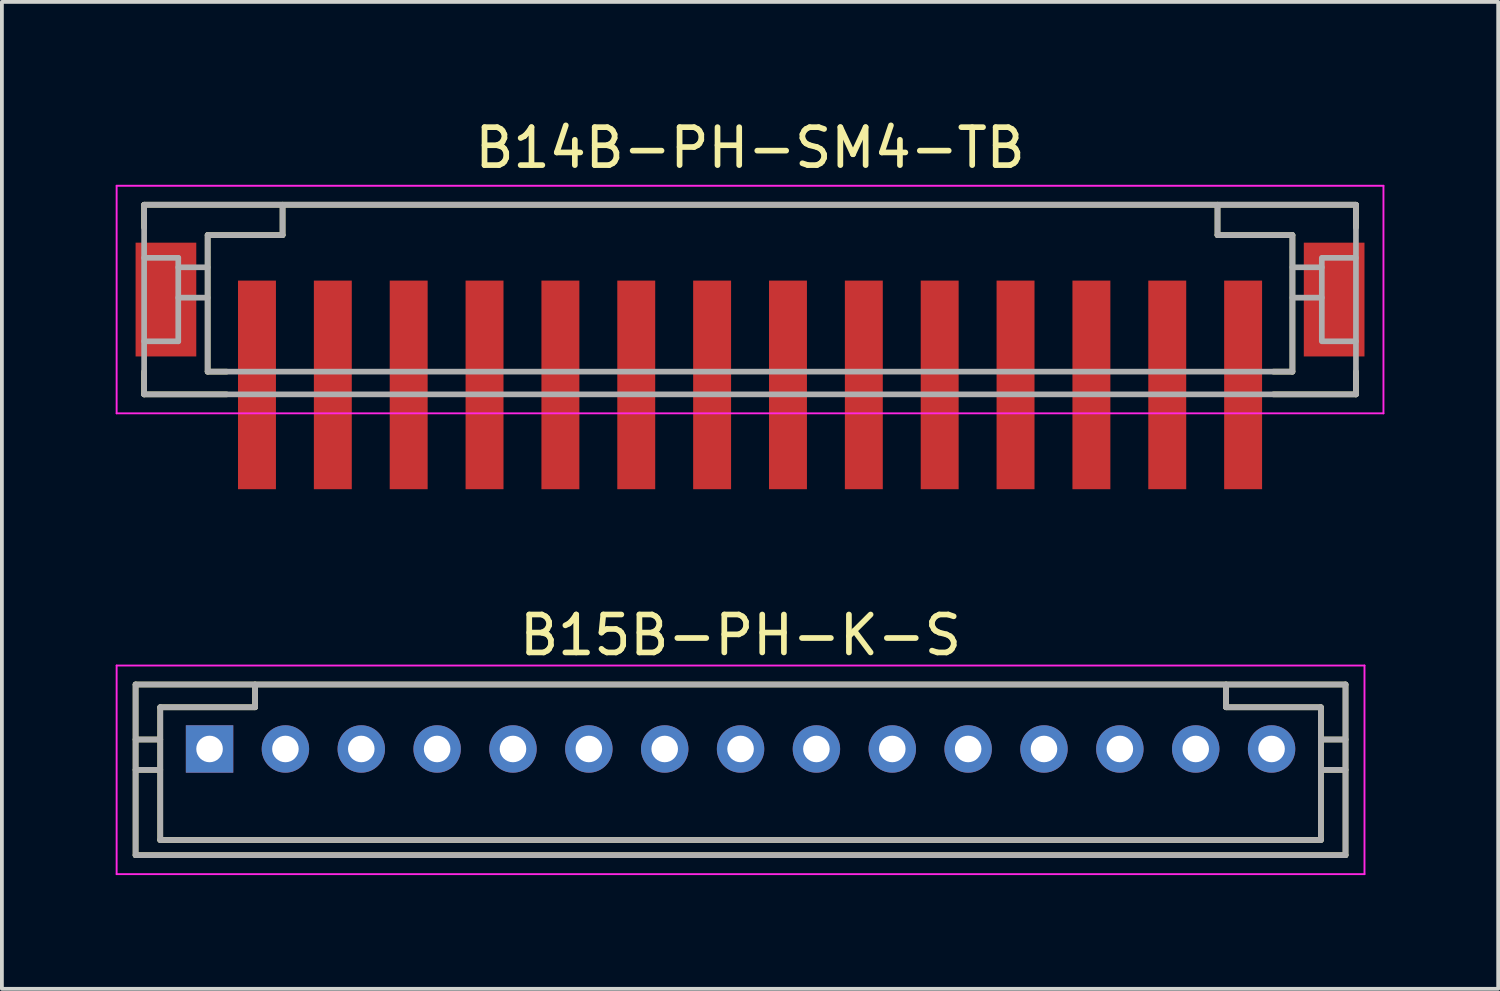
<source format=kicad_pcb>
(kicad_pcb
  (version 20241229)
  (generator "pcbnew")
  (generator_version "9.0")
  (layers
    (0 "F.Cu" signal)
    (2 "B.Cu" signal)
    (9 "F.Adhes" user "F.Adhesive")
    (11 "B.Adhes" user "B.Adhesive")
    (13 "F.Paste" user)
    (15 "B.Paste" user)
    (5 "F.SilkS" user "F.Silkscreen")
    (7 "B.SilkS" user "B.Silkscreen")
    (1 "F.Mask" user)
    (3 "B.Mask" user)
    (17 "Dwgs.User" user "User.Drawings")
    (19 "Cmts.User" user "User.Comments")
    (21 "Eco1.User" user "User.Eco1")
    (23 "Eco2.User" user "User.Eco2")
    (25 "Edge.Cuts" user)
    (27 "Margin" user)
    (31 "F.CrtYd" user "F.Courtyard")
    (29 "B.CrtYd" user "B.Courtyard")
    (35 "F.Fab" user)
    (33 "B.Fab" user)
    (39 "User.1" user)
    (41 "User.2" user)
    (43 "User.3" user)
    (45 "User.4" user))
  (footprint "B15B-PH-K-S"
    (layer "F.Cu")
    (at 16.475 16.697)
    (property "Reference" "B15B-PH-K-S" (at 0 -3 0) (layer "F.SilkS") (effects (font (size 1 1) (thickness 0.15))))
    (attr smd)
    (fp_line (start -15.95 -1.7) (end -15.95 2.8) (stroke (width 0.15) (type solid)) (layer "F.SilkS"))
    (fp_line (start -15.95 -1.7) (end 15.95 -1.7) (stroke (width 0.15) (type solid)) (layer "F.SilkS"))
    (fp_line (start -15.95 -0.25) (end -15.3 -0.25) (stroke (width 0.15) (type solid)) (layer "F.SilkS"))
    (fp_line (start -15.95 0.55) (end -15.3 0.55) (stroke (width 0.15) (type solid)) (layer "F.SilkS"))
    (fp_line (start -15.95 2.8) (end 15.95 2.8) (stroke (width 0.15) (type solid)) (layer "F.SilkS"))
    (fp_line (start -15.3 -1.1) (end -15.3 2.4) (stroke (width 0.15) (type solid)) (layer "F.SilkS"))
    (fp_line (start -15.3 -1.1) (end -12.8 -1.1) (stroke (width 0.15) (type solid)) (layer "F.SilkS"))
    (fp_line (start -15.3 2.4) (end 15.3 2.4) (stroke (width 0.15) (type solid)) (layer "F.SilkS"))
    (fp_line (start -12.8 -1.7) (end -12.8 -1.1) (stroke (width 0.15) (type solid)) (layer "F.SilkS"))
    (fp_line (start 12.8 -1.7) (end 12.8 -1.1) (stroke (width 0.15) (type solid)) (layer "F.SilkS"))
    (fp_line (start 12.8 -1.1) (end 15.3 -1.1) (stroke (width 0.15) (type solid)) (layer "F.SilkS"))
    (fp_line (start 15.3 -1.1) (end 15.3 2.4) (stroke (width 0.15) (type solid)) (layer "F.SilkS"))
    (fp_line (start 15.3 -0.25) (end 15.95 -0.25) (stroke (width 0.15) (type solid)) (layer "F.SilkS"))
    (fp_line (start 15.3 0.55) (end 15.95 0.55) (stroke (width 0.15) (type solid)) (layer "F.SilkS"))
    (fp_line (start 15.95 -1.7) (end 15.95 2.8) (stroke (width 0.15) (type solid)) (layer "F.SilkS"))
    (fp_line (start -16.45 -2.2) (end -16.45 3.3) (stroke (width 0.05) (type solid)) (layer "F.CrtYd"))
    (fp_line (start -16.45 -2.2) (end 16.45 -2.2) (stroke (width 0.05) (type solid)) (layer "F.CrtYd"))
    (fp_line (start -16.45 3.3) (end 16.45 3.3) (stroke (width 0.05) (type solid)) (layer "F.CrtYd"))
    (fp_line (start 16.45 -2.2) (end 16.45 3.3) (stroke (width 0.05) (type solid)) (layer "F.CrtYd"))
    (fp_line (start -15.95 -1.7) (end -15.95 2.8) (stroke (width 0.15) (type solid)) (layer "F.Fab"))
    (fp_line (start -15.95 -1.7) (end 15.95 -1.7) (stroke (width 0.15) (type solid)) (layer "F.Fab"))
    (fp_line (start -15.95 -0.25) (end -15.3 -0.25) (stroke (width 0.15) (type solid)) (layer "F.Fab"))
    (fp_line (start -15.95 0.55) (end -15.3 0.55) (stroke (width 0.15) (type solid)) (layer "F.Fab"))
    (fp_line (start -15.95 2.8) (end 15.95 2.8) (stroke (width 0.15) (type solid)) (layer "F.Fab"))
    (fp_line (start -15.3 -1.1) (end -15.3 2.4) (stroke (width 0.15) (type solid)) (layer "F.Fab"))
    (fp_line (start -15.3 -1.1) (end -12.8 -1.1) (stroke (width 0.15) (type solid)) (layer "F.Fab"))
    (fp_line (start -15.3 2.4) (end 15.3 2.4) (stroke (width 0.15) (type solid)) (layer "F.Fab"))
    (fp_line (start -12.8 -1.7) (end -12.8 -1.1) (stroke (width 0.15) (type solid)) (layer "F.Fab"))
    (fp_line (start 12.8 -1.7) (end 12.8 -1.1) (stroke (width 0.15) (type solid)) (layer "F.Fab"))
    (fp_line (start 12.8 -1.1) (end 15.3 -1.1) (stroke (width 0.15) (type solid)) (layer "F.Fab"))
    (fp_line (start 15.3 -1.1) (end 15.3 2.4) (stroke (width 0.15) (type solid)) (layer "F.Fab"))
    (fp_line (start 15.3 -0.25) (end 15.95 -0.25) (stroke (width 0.15) (type solid)) (layer "F.Fab"))
    (fp_line (start 15.3 0.55) (end 15.95 0.55) (stroke (width 0.15) (type solid)) (layer "F.Fab"))
    (fp_line (start 15.95 -1.7) (end 15.95 2.8) (stroke (width 0.15) (type solid)) (layer "F.Fab"))
    (pad "1" thru_hole rect (at -14 0) (size 1.25 1.25) (drill 0.7) (layers "*.Cu" "*.Mask"))
    (pad "2" thru_hole circle (at -12 0) (size 1.25 1.25) (drill 0.7) (layers "*.Cu" "*.Mask"))
    (pad "3" thru_hole circle (at -10 0) (size 1.25 1.25) (drill 0.7) (layers "*.Cu" "*.Mask"))
    (pad "4" thru_hole circle (at -8 0) (size 1.25 1.25) (drill 0.7) (layers "*.Cu" "*.Mask"))
    (pad "5" thru_hole circle (at -6 0) (size 1.25 1.25) (drill 0.7) (layers "*.Cu" "*.Mask"))
    (pad "6" thru_hole circle (at -4 0) (size 1.25 1.25) (drill 0.7) (layers "*.Cu" "*.Mask"))
    (pad "7" thru_hole circle (at -2 0) (size 1.25 1.25) (drill 0.7) (layers "*.Cu" "*.Mask"))
    (pad "8" thru_hole circle (at 0 0) (size 1.25 1.25) (drill 0.7) (layers "*.Cu" "*.Mask"))
    (pad "9" thru_hole circle (at 2 0) (size 1.25 1.25) (drill 0.7) (layers "*.Cu" "*.Mask"))
    (pad "10" thru_hole circle (at 4 0) (size 1.25 1.25) (drill 0.7) (layers "*.Cu" "*.Mask"))
    (pad "11" thru_hole circle (at 6 0) (size 1.25 1.25) (drill 0.7) (layers "*.Cu" "*.Mask"))
    (pad "12" thru_hole circle (at 8 0) (size 1.25 1.25) (drill 0.7) (layers "*.Cu" "*.Mask"))
    (pad "13" thru_hole circle (at 10 0) (size 1.25 1.25) (drill 0.7) (layers "*.Cu" "*.Mask"))
    (pad "14" thru_hole circle (at 12 0) (size 1.25 1.25) (drill 0.7) (layers "*.Cu" "*.Mask"))
    (pad "15" thru_hole circle (at 14 0) (size 1.25 1.25) (drill 0.7) (layers "*.Cu" "*.Mask")))
  (footprint "B14B-PH-SM4-TB"
    (layer "F.Cu")
    (at 16.725 4.348)
    (property "Reference" "B14B-PH-SM4-TB" (at 0 -3.5 0) (layer "F.SilkS") (effects (font (size 1 1) (thickness 0.15))))
    (attr smd)
    (fp_line (start -15.975 -2) (end -15.975 -1.4) (stroke (width 0.15) (type solid)) (layer "F.SilkS"))
    (fp_line (start -15.975 -2) (end 15.975 -2) (stroke (width 0.15) (type solid)) (layer "F.SilkS"))
    (fp_line (start -15.975 2.4) (end -15.975 3) (stroke (width 0.15) (type solid)) (layer "F.SilkS"))
    (fp_line (start -15.975 3) (end -13.8 3) (stroke (width 0.15) (type solid)) (layer "F.SilkS"))
    (fp_line (start -14.3 -1.2) (end -14.3 2.4) (stroke (width 0.15) (type solid)) (layer "F.SilkS"))
    (fp_line (start -14.3 -1.2) (end -12.325 -1.2) (stroke (width 0.15) (type solid)) (layer "F.SilkS"))
    (fp_line (start -14.3 2.4) (end -13.8 2.4) (stroke (width 0.15) (type solid)) (layer "F.SilkS"))
    (fp_line (start -12.325 -2) (end -12.325 -1.2) (stroke (width 0.15) (type solid)) (layer "F.SilkS"))
    (fp_line (start 12.325 -2) (end 12.325 -1.2) (stroke (width 0.15) (type solid)) (layer "F.SilkS"))
    (fp_line (start 12.325 -1.2) (end 14.3 -1.2) (stroke (width 0.15) (type solid)) (layer "F.SilkS"))
    (fp_line (start 13.8 2.4) (end 14.3 2.4) (stroke (width 0.15) (type solid)) (layer "F.SilkS"))
    (fp_line (start 13.8 3) (end 15.975 3) (stroke (width 0.15) (type solid)) (layer "F.SilkS"))
    (fp_line (start 14.3 -1.2) (end 14.3 2.4) (stroke (width 0.15) (type solid)) (layer "F.SilkS"))
    (fp_line (start 15.975 -2) (end 15.975 -1.4) (stroke (width 0.15) (type solid)) (layer "F.SilkS"))
    (fp_line (start 15.975 2.4) (end 15.975 3) (stroke (width 0.15) (type solid)) (layer "F.SilkS"))
    (fp_line (start -16.7 -2.5) (end -16.7 3.5) (stroke (width 0.05) (type solid)) (layer "F.CrtYd"))
    (fp_line (start -16.7 -2.5) (end 16.7 -2.5) (stroke (width 0.05) (type solid)) (layer "F.CrtYd"))
    (fp_line (start -16.7 3.5) (end 16.7 3.5) (stroke (width 0.05) (type solid)) (layer "F.CrtYd"))
    (fp_line (start 16.7 -2.5) (end 16.7 3.5) (stroke (width 0.05) (type solid)) (layer "F.CrtYd"))
    (fp_line (start -15.975 -2) (end -15.975 3) (stroke (width 0.15) (type solid)) (layer "F.Fab"))
    (fp_line (start -15.975 -2) (end 15.975 -2) (stroke (width 0.15) (type solid)) (layer "F.Fab"))
    (fp_line (start -15.975 -0.6) (end -15.075 -0.6) (stroke (width 0.15) (type solid)) (layer "F.Fab"))
    (fp_line (start -15.975 1.6) (end -15.075 1.6) (stroke (width 0.15) (type solid)) (layer "F.Fab"))
    (fp_line (start -15.975 3) (end 15.975 3) (stroke (width 0.15) (type solid)) (layer "F.Fab"))
    (fp_line (start -15.075 -0.6) (end -15.075 1.6) (stroke (width 0.15) (type solid)) (layer "F.Fab"))
    (fp_line (start -15.075 -0.35) (end -14.3 -0.35) (stroke (width 0.15) (type solid)) (layer "F.Fab"))
    (fp_line (start -15.075 0.45) (end -14.3 0.45) (stroke (width 0.15) (type solid)) (layer "F.Fab"))
    (fp_line (start -14.3 -1.2) (end -14.3 2.4) (stroke (width 0.15) (type solid)) (layer "F.Fab"))
    (fp_line (start -14.3 -1.2) (end -12.325 -1.2) (stroke (width 0.15) (type solid)) (layer "F.Fab"))
    (fp_line (start -14.3 2.4) (end 14.3 2.4) (stroke (width 0.15) (type solid)) (layer "F.Fab"))
    (fp_line (start -12.325 -2) (end -12.325 -1.2) (stroke (width 0.15) (type solid)) (layer "F.Fab"))
    (fp_line (start 12.325 -2) (end 12.325 -1.2) (stroke (width 0.15) (type solid)) (layer "F.Fab"))
    (fp_line (start 12.325 -1.2) (end 14.3 -1.2) (stroke (width 0.15) (type solid)) (layer "F.Fab"))
    (fp_line (start 14.3 -1.2) (end 14.3 2.4) (stroke (width 0.15) (type solid)) (layer "F.Fab"))
    (fp_line (start 14.3 -0.35) (end 15.075 -0.35) (stroke (width 0.15) (type solid)) (layer "F.Fab"))
    (fp_line (start 14.3 0.45) (end 15.075 0.45) (stroke (width 0.15) (type solid)) (layer "F.Fab"))
    (fp_line (start 15.075 -0.6) (end 15.075 1.6) (stroke (width 0.15) (type solid)) (layer "F.Fab"))
    (fp_line (start 15.1 -0.6) (end 15.975 -0.6) (stroke (width 0.15) (type solid)) (layer "F.Fab"))
    (fp_line (start 15.1 1.6) (end 15.975 1.6) (stroke (width 0.15) (type solid)) (layer "F.Fab"))
    (fp_line (start 15.975 -2) (end 15.975 3) (stroke (width 0.15) (type solid)) (layer "F.Fab"))
    (pad "1" smd rect (at -13 2.75) (size 1 5.5) (layers "F.Cu" "F.Mask" "F.Paste"))
    (pad "2" smd rect (at -11 2.75) (size 1 5.5) (layers "F.Cu" "F.Mask" "F.Paste"))
    (pad "3" smd rect (at -9 2.75) (size 1 5.5) (layers "F.Cu" "F.Mask" "F.Paste"))
    (pad "4" smd rect (at -7 2.75) (size 1 5.5) (layers "F.Cu" "F.Mask" "F.Paste"))
    (pad "5" smd rect (at -5 2.75) (size 1 5.5) (layers "F.Cu" "F.Mask" "F.Paste"))
    (pad "6" smd rect (at -3 2.75) (size 1 5.5) (layers "F.Cu" "F.Mask" "F.Paste"))
    (pad "7" smd rect (at -1 2.75) (size 1 5.5) (layers "F.Cu" "F.Mask" "F.Paste"))
    (pad "8" smd rect (at 1 2.75) (size 1 5.5) (layers "F.Cu" "F.Mask" "F.Paste"))
    (pad "9" smd rect (at 3 2.75) (size 1 5.5) (layers "F.Cu" "F.Mask" "F.Paste"))
    (pad "10" smd rect (at 5 2.75) (size 1 5.5) (layers "F.Cu" "F.Mask" "F.Paste"))
    (pad "11" smd rect (at 7 2.75) (size 1 5.5) (layers "F.Cu" "F.Mask" "F.Paste"))
    (pad "12" smd rect (at 9 2.75) (size 1 5.5) (layers "F.Cu" "F.Mask" "F.Paste"))
    (pad "13" smd rect (at 11 2.75) (size 1 5.5) (layers "F.Cu" "F.Mask" "F.Paste"))
    (pad "14" smd rect (at 13 2.75) (size 1 5.5) (layers "F.Cu" "F.Mask" "F.Paste"))
    (pad "S" smd rect (at -15.4 0.5) (size 1.6 3) (layers "F.Cu" "F.Mask" "F.Paste"))
    (pad "S" smd rect (at 15.4 0.5) (size 1.6 3) (layers "F.Cu" "F.Mask" "F.Paste")))
  (gr_rect
    (start -3 -3)
    (end 36.45 23.021)
    (stroke (width 0.1) (type default))
    (fill no)
    (layer "Edge.Cuts")))
</source>
